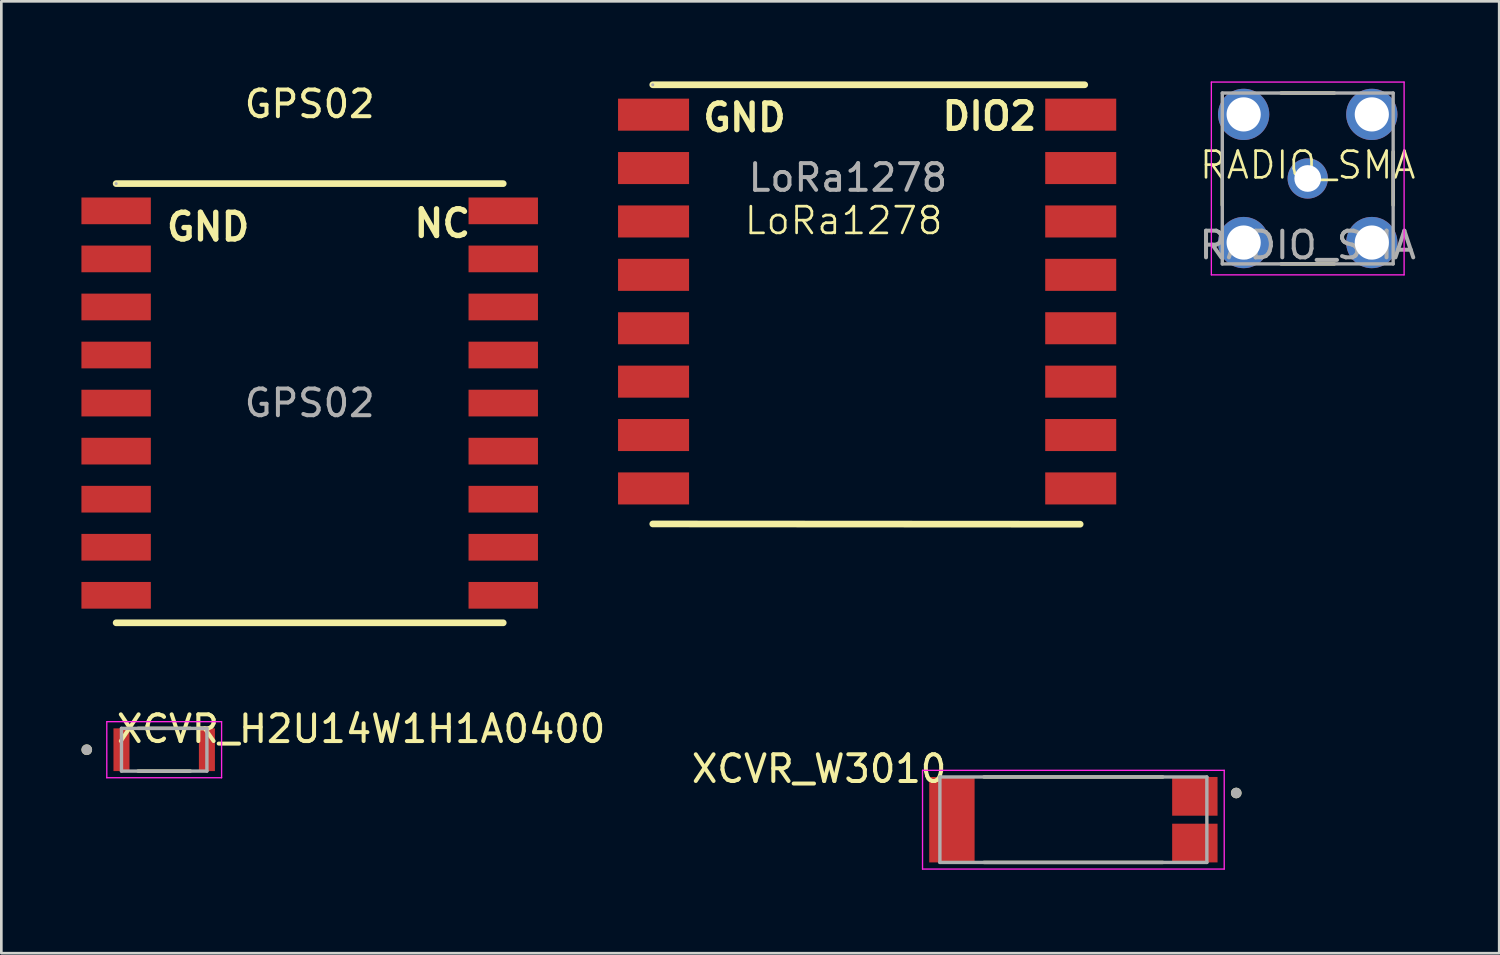
<source format=kicad_pcb>
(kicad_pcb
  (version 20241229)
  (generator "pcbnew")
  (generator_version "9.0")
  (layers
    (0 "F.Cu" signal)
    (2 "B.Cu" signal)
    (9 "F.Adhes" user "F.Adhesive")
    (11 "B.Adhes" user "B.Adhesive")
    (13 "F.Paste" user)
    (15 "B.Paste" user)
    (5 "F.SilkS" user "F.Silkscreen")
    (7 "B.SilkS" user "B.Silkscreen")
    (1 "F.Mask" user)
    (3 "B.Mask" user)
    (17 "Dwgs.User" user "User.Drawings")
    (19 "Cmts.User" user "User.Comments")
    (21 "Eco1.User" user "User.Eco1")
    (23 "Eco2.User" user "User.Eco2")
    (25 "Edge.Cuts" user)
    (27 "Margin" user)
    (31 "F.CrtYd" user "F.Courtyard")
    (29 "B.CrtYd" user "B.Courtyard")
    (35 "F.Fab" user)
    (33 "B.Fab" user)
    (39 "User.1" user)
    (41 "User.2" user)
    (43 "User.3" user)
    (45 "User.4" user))
  (footprint "XCVR_W3010"
    (layer "F.Cu")
    (at 37.155 27.653)
    (property "Reference" "XCVR_W3010" (at -9.525 -1.905 0) (layer "F.SilkS") (effects (font (size 1 1) (thickness 0.15))))
    (attr smd)
    (fp_line (start -3.35 -1.6) (end 3.35 -1.6) (stroke (width 0.127) (type solid)) (layer "F.SilkS"))
    (fp_line (start -3.35 1.6) (end 3.35 1.6) (stroke (width 0.127) (type solid)) (layer "F.SilkS"))
    (fp_circle (center 6.1 -1) (end 6.2 -1) (stroke (width 0.2) (type solid)) (fill no) (layer "F.SilkS"))
    (fp_line (start -5.65 -1.85) (end 5.65 -1.85) (stroke (width 0.05) (type solid)) (layer "F.CrtYd"))
    (fp_line (start -5.65 1.85) (end -5.65 -1.85) (stroke (width 0.05) (type solid)) (layer "F.CrtYd"))
    (fp_line (start 5.65 -1.85) (end 5.65 1.85) (stroke (width 0.05) (type solid)) (layer "F.CrtYd"))
    (fp_line (start 5.65 1.85) (end -5.65 1.85) (stroke (width 0.05) (type solid)) (layer "F.CrtYd"))
    (fp_line (start -5 -1.6) (end 5 -1.6) (stroke (width 0.127) (type solid)) (layer "F.Fab"))
    (fp_line (start -5 1.6) (end -5 -1.6) (stroke (width 0.127) (type solid)) (layer "F.Fab"))
    (fp_line (start 5 -1.6) (end 5 1.6) (stroke (width 0.127) (type solid)) (layer "F.Fab"))
    (fp_line (start 5 1.6) (end -5 1.6) (stroke (width 0.127) (type solid)) (layer "F.Fab"))
    (fp_circle (center 6.1 -1) (end 6.2 -1) (stroke (width 0.2) (type solid)) (fill no) (layer "F.Fab"))
    (pad "1" smd rect (at 4.55 -0.875 90) (size 1.45 1.7) (layers "F.Cu" "F.Mask" "F.Paste"))
    (pad "2" smd rect (at 4.55 0.875 90) (size 1.45 1.7) (layers "F.Cu" "F.Mask" "F.Paste"))
    (pad "3" smd rect (at -4.55 0 90) (size 3.2 1.7) (layers "F.Cu" "F.Mask" "F.Paste"))
    (zone (net_name "") (layer "F.Cu") (hatch full 0.508) (connect_pads) (min_thickness 0.01) (filled_areas_thickness no) (keepout (tracks not_allowed) (vias not_allowed) (pads not_allowed) (copperpour not_allowed) (footprints allowed)) (placement (enabled no)) (fill) (polygon (pts (xy 31.755 23.403) (xy 42.555 23.403) (xy 42.555 26.053) (xy 40.855 26.053) (xy 40.855 27.503) (xy 42.555 27.503) (xy 42.555 27.803) (xy 40.855 27.803) (xy 40.855 29.253) (xy 42.555 29.253) (xy 42.555 29.653) (xy 31.755 29.653) (xy 31.755 29.253) (xy 33.455 29.253) (xy 33.455 26.053) (xy 31.755 26.053))))
    (zone (net_name "") (layers "F.Cu" "B.Cu") (hatch full 0.508) (connect_pads) (min_thickness 0.01) (filled_areas_thickness no) (keepout (tracks allowed) (vias not_allowed) (pads allowed) (copperpour allowed) (footprints allowed)) (placement (enabled no)) (fill) (polygon (pts (xy 31.755 23.403) (xy 42.555 23.403) (xy 42.555 26.053) (xy 40.855 26.053) (xy 40.855 27.503) (xy 42.555 27.503) (xy 42.555 27.803) (xy 40.855 27.803) (xy 40.855 29.253) (xy 42.555 29.253) (xy 42.555 29.653) (xy 31.755 29.653) (xy 31.755 29.253) (xy 33.455 29.253) (xy 33.455 26.053) (xy 31.755 26.053))))
    (zone (net_name "") (layer "B.Cu") (hatch full 0.508) (connect_pads) (min_thickness 0.01) (filled_areas_thickness no) (keepout (tracks not_allowed) (vias not_allowed) (pads not_allowed) (copperpour not_allowed) (footprints allowed)) (placement (enabled no)) (fill) (polygon (pts (xy 31.755 23.403) (xy 42.555 23.403) (xy 42.555 26.053) (xy 40.855 26.053) (xy 40.855 27.503) (xy 42.555 27.503) (xy 42.555 27.803) (xy 40.855 27.803) (xy 40.855 29.253) (xy 42.555 29.253) (xy 42.555 29.653) (xy 31.755 29.653) (xy 31.755 29.253) (xy 33.455 29.253) (xy 33.455 26.053) (xy 31.755 26.053)))))
  (footprint "GPS02"
    (layer "F.Cu")
    (at 8.55 12.048)
    (property "Reference" "GPS02" (at 0 -11.2 0) (layer "F.SilkS") (effects (font (size 1 1) (thickness 0.15))))
    (attr through_hole)
    (fp_line (start -7.25 -8.22) (end 7.25 -8.22) (stroke (width 0.25) (type solid)) (layer "F.SilkS"))
    (fp_line (start -7.25 8.23) (end 7.25 8.23) (stroke (width 0.25) (type solid)) (layer "F.SilkS"))
    (fp_circle (center -7.25 -8.22) (end -7.22 -8.22) (stroke (width 0.06) (type solid)) (fill no) (layer "F.Fab"))
    (fp_text user "GND" (at -5.46 -6.6 0) (layer "F.SilkS") (effects (font (size 1 1) (thickness 0.2)) (justify left)))
    (fp_text user "NC" (at 3.81 -6.73 0) (layer "F.SilkS") (effects (font (size 1 1) (thickness 0.2)) (justify left)))
    (fp_text user "${REFERENCE}" (at 0 0 0) (layer "F.Fab") (effects (font (size 1 1) (thickness 0.15))))
    (pad "1" smd rect (at -7.25 -7.2) (size 2.6 1) (layers "F.Cu" "F.Mask" "F.Paste"))
    (pad "2" smd rect (at -7.25 -5.4) (size 2.6 1) (layers "F.Cu" "F.Mask" "F.Paste"))
    (pad "3" smd rect (at -7.25 -3.6) (size 2.6 1) (layers "F.Cu" "F.Mask" "F.Paste"))
    (pad "4" smd rect (at -7.25 -1.8) (size 2.6 1) (layers "F.Cu" "F.Mask" "F.Paste"))
    (pad "5" smd rect (at -7.25 0) (size 2.6 1) (layers "F.Cu" "F.Mask" "F.Paste"))
    (pad "6" smd rect (at -7.25 1.8) (size 2.6 1) (layers "F.Cu" "F.Mask" "F.Paste"))
    (pad "7" smd rect (at -7.25 3.6) (size 2.6 1) (layers "F.Cu" "F.Mask" "F.Paste"))
    (pad "8" smd rect (at -7.25 5.4) (size 2.6 1) (layers "F.Cu" "F.Mask" "F.Paste"))
    (pad "9" smd rect (at -7.25 7.2) (size 2.6 1) (layers "F.Cu" "F.Mask" "F.Paste"))
    (pad "10" smd rect (at 7.25 7.2) (size 2.6 1) (layers "F.Cu" "F.Mask" "F.Paste"))
    (pad "11" smd rect (at 7.25 5.4) (size 2.6 1) (layers "F.Cu" "F.Mask" "F.Paste"))
    (pad "12" smd rect (at 7.25 3.6) (size 2.6 1) (layers "F.Cu" "F.Mask" "F.Paste"))
    (pad "13" smd rect (at 7.25 1.8) (size 2.6 1) (layers "F.Cu" "F.Mask" "F.Paste"))
    (pad "14" smd rect (at 7.25 0) (size 2.6 1) (layers "F.Cu" "F.Mask" "F.Paste"))
    (pad "15" smd rect (at 7.25 -1.8) (size 2.6 1) (layers "F.Cu" "F.Mask" "F.Paste"))
    (pad "16" smd rect (at 7.25 -3.6) (size 2.6 1) (layers "F.Cu" "F.Mask" "F.Paste"))
    (pad "17" smd rect (at 7.25 -5.4) (size 2.6 1) (layers "F.Cu" "F.Mask" "F.Paste"))
    (pad "18" smd rect (at 7.25 -7.2) (size 2.6 1) (layers "F.Cu" "F.Mask" "F.Paste")))
  (footprint "LoRa1278"
    (layer "F.Cu")
    (at 28.55 5.715)
    (property "Reference" "LoRa1278" (at 0 -0.5 0) (unlocked yes) (layer "F.SilkS") (effects (font (size 1 1) (thickness 0.1))))
    (attr smd)
    (fp_line (start -7.15 -5.59) (end 9.03 -5.59) (stroke (width 0.25) (type solid)) (layer "F.SilkS"))
    (fp_line (start -7.15 10.86) (end 8.86 10.87) (stroke (width 0.25) (type solid)) (layer "F.SilkS"))
    (fp_circle (center -7.15 -5.59) (end -7.12 -5.59) (stroke (width 0.06) (type solid)) (fill no) (layer "F.Fab"))
    (fp_text user "DIO2" (at 3.59 -4.41 0) (layer "F.SilkS") (effects (font (size 1 1) (thickness 0.2)) (justify left)))
    (fp_text user "GND" (at -5.37 -4.36 0) (layer "F.SilkS") (effects (font (size 1 1) (thickness 0.2)) (justify left)))
    (fp_text user "${REFERENCE}" (at 0.16 -2.11 0) (unlocked yes) (layer "F.Fab") (effects (font (size 1 1) (thickness 0.15))))
    (pad "1" smd rect (at -7.12 -4.47) (size 2.66 1.2) (layers "F.Cu" "F.Mask" "F.Paste"))
    (pad "2" smd rect (at -7.12 -2.47) (size 2.66 1.2) (layers "F.Cu" "F.Mask" "F.Paste"))
    (pad "3" smd rect (at -7.12 -0.47) (size 2.66 1.2) (layers "F.Cu" "F.Mask" "F.Paste"))
    (pad "4" smd rect (at -7.12 1.53) (size 2.66 1.2) (layers "F.Cu" "F.Mask" "F.Paste"))
    (pad "5" smd rect (at -7.12 3.53) (size 2.66 1.2) (layers "F.Cu" "F.Mask" "F.Paste"))
    (pad "6" smd rect (at -7.12 5.53) (size 2.66 1.2) (layers "F.Cu" "F.Mask" "F.Paste"))
    (pad "7" smd rect (at -7.12 7.53) (size 2.66 1.2) (layers "F.Cu" "F.Mask" "F.Paste"))
    (pad "8" smd rect (at -7.12 9.53) (size 2.66 1.2) (layers "F.Cu" "F.Mask" "F.Paste"))
    (pad "9" smd rect (at 8.88 -4.47) (size 2.66 1.2) (layers "F.Cu" "F.Mask" "F.Paste"))
    (pad "10" smd rect (at 8.88 -2.47) (size 2.66 1.2) (layers "F.Cu" "F.Mask" "F.Paste"))
    (pad "11" smd rect (at 8.88 -0.47) (size 2.66 1.2) (layers "F.Cu" "F.Mask" "F.Paste"))
    (pad "12" smd rect (at 8.88 1.53) (size 2.66 1.2) (layers "F.Cu" "F.Mask" "F.Paste"))
    (pad "13" smd rect (at 8.88 3.53) (size 2.66 1.2) (layers "F.Cu" "F.Mask" "F.Paste"))
    (pad "14" smd rect (at 8.88 5.53) (size 2.66 1.2) (layers "F.Cu" "F.Mask" "F.Paste"))
    (pad "15" smd rect (at 8.88 7.53) (size 2.66 1.2) (layers "F.Cu" "F.Mask" "F.Paste"))
    (pad "16" smd rect (at 8.88 9.53) (size 2.66 1.2) (layers "F.Cu" "F.Mask" "F.Paste")))
  (footprint "XCVR_H2U14W1H1A0400"
    (layer "F.Cu")
    (at 3.1 25.032)
    (property "Reference" "XCVR_H2U14W1H1A0400" (at 7.375 -0.78 0) (layer "F.SilkS") (effects (font (size 1 1) (thickness 0.15))))
    (attr smd)
    (fp_line (start -0.98 -0.8) (end 0.98 -0.8) (stroke (width 0.127) (type solid)) (layer "F.SilkS"))
    (fp_line (start -0.98 0.8) (end 0.98 0.8) (stroke (width 0.127) (type solid)) (layer "F.SilkS"))
    (fp_circle (center -2.9 0) (end -2.8 0) (stroke (width 0.2) (type solid)) (fill no) (layer "F.SilkS"))
    (fp_line (start -2.15 -1.05) (end -2.15 1.05) (stroke (width 0.05) (type solid)) (layer "F.CrtYd"))
    (fp_line (start -2.15 1.05) (end 2.15 1.05) (stroke (width 0.05) (type solid)) (layer "F.CrtYd"))
    (fp_line (start 2.15 -1.05) (end -2.15 -1.05) (stroke (width 0.05) (type solid)) (layer "F.CrtYd"))
    (fp_line (start 2.15 1.05) (end 2.15 -1.05) (stroke (width 0.05) (type solid)) (layer "F.CrtYd"))
    (fp_line (start -1.6 -0.8) (end 1.6 -0.8) (stroke (width 0.127) (type solid)) (layer "F.Fab"))
    (fp_line (start -1.6 0.8) (end -1.6 -0.8) (stroke (width 0.127) (type solid)) (layer "F.Fab"))
    (fp_line (start 1.6 -0.8) (end 1.6 0.8) (stroke (width 0.127) (type solid)) (layer "F.Fab"))
    (fp_line (start 1.6 0.8) (end -1.6 0.8) (stroke (width 0.127) (type solid)) (layer "F.Fab"))
    (fp_circle (center -2.9 0) (end -2.8 0) (stroke (width 0.2) (type solid)) (fill no) (layer "F.Fab"))
    (pad "1" smd rect (at -1.6 0) (size 0.6 1.6) (layers "F.Cu" "F.Mask" "F.Paste"))
    (pad "2" smd rect (at 1.6 0) (size 0.6 1.6) (layers "F.Cu" "F.Mask" "F.Paste"))
    (zone (net_name "") (layer "F.Cu") (hatch full 0.508) (connect_pads) (min_thickness 0.01) (filled_areas_thickness no) (keepout (tracks not_allowed) (vias not_allowed) (pads not_allowed) (copperpour not_allowed) (footprints allowed)) (placement (enabled no)) (fill) (polygon (pts (xy 4.4 24.232) (xy 4.4 25.831) (xy 1.8 25.831) (xy 1.8 24.232))))
    (zone (net_name "") (layers "F.Cu" "B.Cu") (hatch full 0.508) (connect_pads) (min_thickness 0.01) (filled_areas_thickness no) (keepout (tracks allowed) (vias not_allowed) (pads allowed) (copperpour allowed) (footprints allowed)) (placement (enabled no)) (fill) (polygon (pts (xy 0.9 24.032) (xy 6.4 24.032) (xy 6.4 29.532) (xy 0.9 29.532))))
    (zone (net_name "") (layer "B.Cu") (hatch full 0.508) (connect_pads) (min_thickness 0.01) (filled_areas_thickness no) (keepout (tracks not_allowed) (vias not_allowed) (pads not_allowed) (copperpour not_allowed) (footprints allowed)) (placement (enabled no)) (fill) (polygon (pts (xy 0.9 24.032) (xy 6.4 24.032) (xy 6.4 29.532) (xy 0.9 29.532)))))
  (footprint "RADIO_SMA"
    (layer "F.Cu")
    (at 45.933 3.635)
    (property "Reference" "RADIO_SMA" (at 0 -0.5 0) (unlocked yes) (layer "F.SilkS") (effects (font (size 1 1) (thickness 0.1))))
    (attr smd)
    (fp_line (start -3.2 1) (end -3.2 -1) (stroke (width 0.127) (type solid)) (layer "F.SilkS"))
    (fp_line (start -1 -3.2) (end 1 -3.2) (stroke (width 0.127) (type solid)) (layer "F.SilkS"))
    (fp_line (start 1 3.2) (end -1 3.2) (stroke (width 0.127) (type solid)) (layer "F.SilkS"))
    (fp_line (start 3.2 -1) (end 3.2 1) (stroke (width 0.127) (type solid)) (layer "F.SilkS"))
    (fp_line (start -3.61 -3.61) (end 3.61 -3.61) (stroke (width 0.05) (type solid)) (layer "F.CrtYd"))
    (fp_line (start -3.61 3.61) (end -3.61 -3.61) (stroke (width 0.05) (type solid)) (layer "F.CrtYd"))
    (fp_line (start 3.61 -3.61) (end 3.61 3.61) (stroke (width 0.05) (type solid)) (layer "F.CrtYd"))
    (fp_line (start 3.61 3.61) (end -3.61 3.61) (stroke (width 0.05) (type solid)) (layer "F.CrtYd"))
    (fp_line (start -3.2 -3.2) (end 3.2 -3.2) (stroke (width 0.127) (type solid)) (layer "F.Fab"))
    (fp_line (start -3.2 3.2) (end -3.2 -3.2) (stroke (width 0.127) (type solid)) (layer "F.Fab"))
    (fp_line (start 3.2 -3.2) (end 3.2 3.2) (stroke (width 0.127) (type solid)) (layer "F.Fab"))
    (fp_line (start 3.2 3.2) (end -3.2 3.2) (stroke (width 0.127) (type solid)) (layer "F.Fab"))
    (fp_text user "${REFERENCE}" (at 0 2.5 0) (unlocked yes) (layer "F.Fab") (effects (font (size 1 1) (thickness 0.15))))
    (pad "1" thru_hole circle (at 0 0) (size 1.508 1.508) (drill 1) (layers "*.Cu" "*.Mask"))
    (pad "2" thru_hole circle (at -2.4 -2.4) (size 1.92 1.92) (drill 1.28) (layers "*.Cu" "*.Mask"))
    (pad "2" thru_hole circle (at -2.4 2.4) (size 1.92 1.92) (drill 1.28) (layers "*.Cu" "*.Mask"))
    (pad "2" thru_hole circle (at 2.4 -2.4) (size 1.92 1.92) (drill 1.28) (layers "*.Cu" "*.Mask"))
    (pad "2" thru_hole circle (at 2.4 2.4) (size 1.92 1.92) (drill 1.28) (layers "*.Cu" "*.Mask")))
  (gr_rect
    (start -3 -3)
    (end 53.105 32.653)
    (stroke (width 0.1) (type default))
    (fill no)
    (layer "Edge.Cuts")))
</source>
